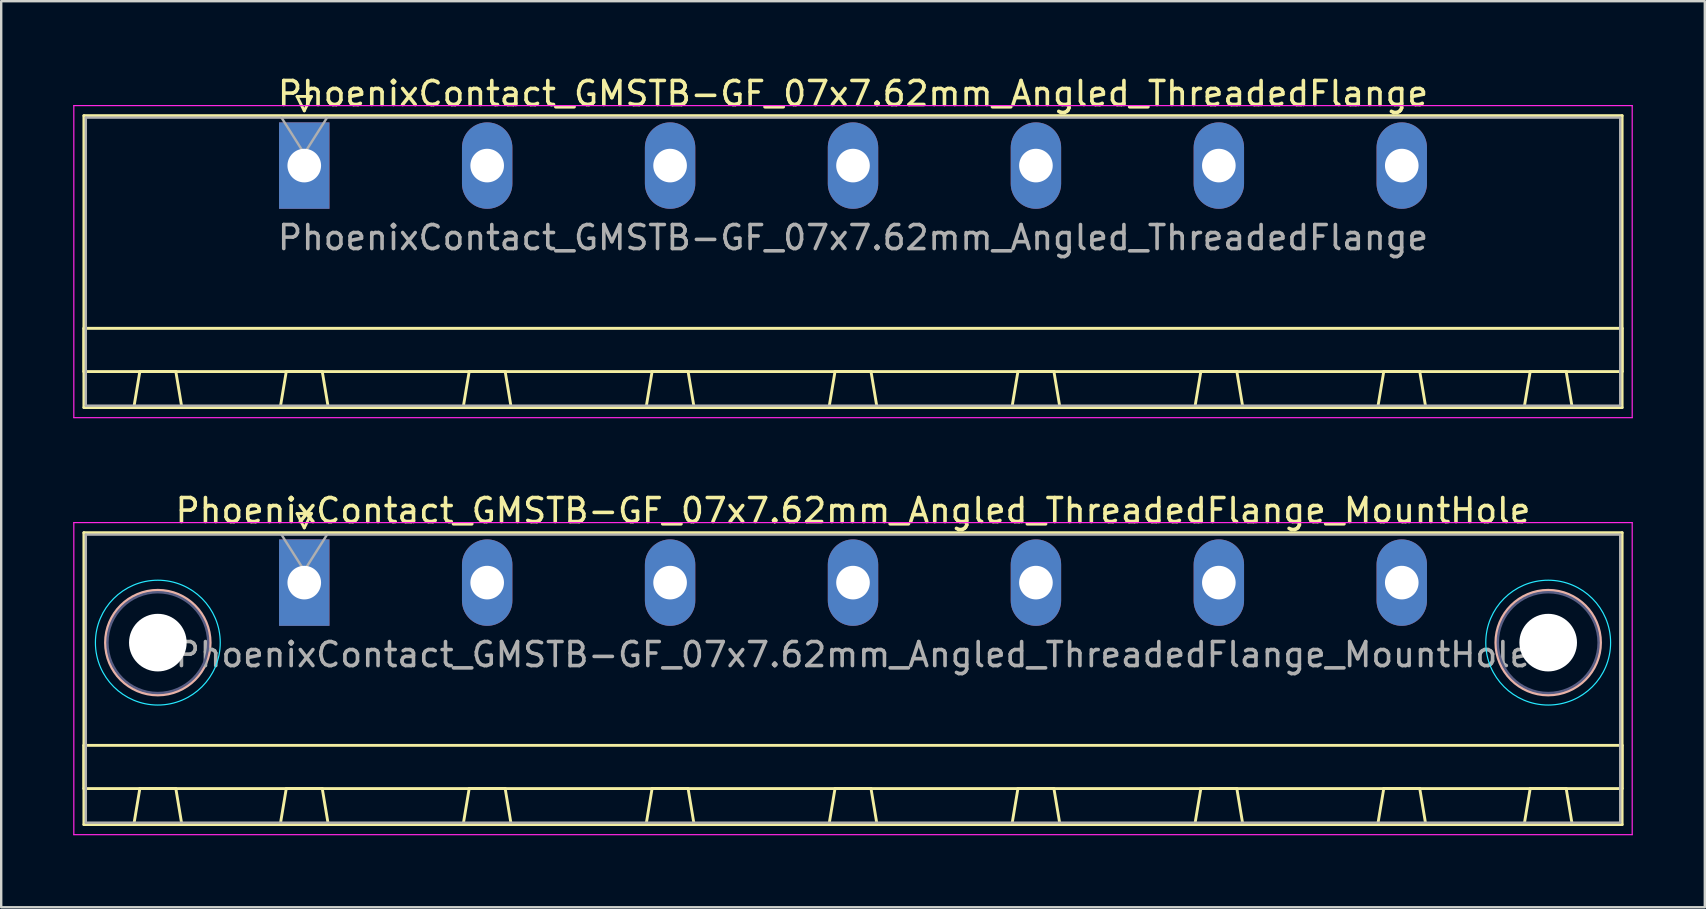
<source format=kicad_pcb>
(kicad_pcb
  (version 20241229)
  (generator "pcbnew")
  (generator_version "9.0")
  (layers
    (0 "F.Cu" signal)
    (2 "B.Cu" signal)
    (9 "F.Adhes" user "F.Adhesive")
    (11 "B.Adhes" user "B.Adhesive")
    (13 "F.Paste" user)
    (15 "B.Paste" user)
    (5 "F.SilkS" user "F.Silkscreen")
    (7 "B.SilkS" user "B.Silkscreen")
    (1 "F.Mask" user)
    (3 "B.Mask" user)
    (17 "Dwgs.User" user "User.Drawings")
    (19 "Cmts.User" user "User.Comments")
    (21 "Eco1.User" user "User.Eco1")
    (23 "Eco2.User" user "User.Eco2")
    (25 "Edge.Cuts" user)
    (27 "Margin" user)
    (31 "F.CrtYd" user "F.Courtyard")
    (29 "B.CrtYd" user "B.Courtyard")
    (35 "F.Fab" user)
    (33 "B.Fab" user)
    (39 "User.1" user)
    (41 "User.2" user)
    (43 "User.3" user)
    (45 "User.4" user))
  (footprint "PhoenixContact_GMSTB-GF_07x7.62mm_Angled_ThreadedFlange_MountHole"
    (layer "F.Cu")
    (at 9.625 21.221)
    (property "Reference" "PhoenixContact_GMSTB-GF_07x7.62mm_Angled_ThreadedFlange_MountHole" (at 22.86 -3 0) (layer "F.SilkS") (effects (font (size 1 1) (thickness 0.15))))
    (attr through_hole)
    (fp_line (start -9.18 -2.08) (end -9.18 10.08) (stroke (width 0.12) (type solid)) (layer "F.SilkS"))
    (fp_line (start -9.18 6.78) (end 54.9 6.78) (stroke (width 0.12) (type solid)) (layer "F.SilkS"))
    (fp_line (start -9.18 8.58) (end -9.18 6.78) (stroke (width 0.12) (type solid)) (layer "F.SilkS"))
    (fp_line (start -9.18 10.08) (end 54.9 10.08) (stroke (width 0.12) (type solid)) (layer "F.SilkS"))
    (fp_line (start -7.1 10.08) (end -5.1 10.08) (stroke (width 0.12) (type solid)) (layer "F.SilkS"))
    (fp_line (start -6.85 8.58) (end -7.1 10.08) (stroke (width 0.12) (type solid)) (layer "F.SilkS"))
    (fp_line (start -5.35 8.58) (end -6.85 8.58) (stroke (width 0.12) (type solid)) (layer "F.SilkS"))
    (fp_line (start -5.1 10.08) (end -5.35 8.58) (stroke (width 0.12) (type solid)) (layer "F.SilkS"))
    (fp_line (start -1 10.08) (end 1 10.08) (stroke (width 0.12) (type solid)) (layer "F.SilkS"))
    (fp_line (start -0.75 8.58) (end -1 10.08) (stroke (width 0.12) (type solid)) (layer "F.SilkS"))
    (fp_line (start -0.3 -2.88) (end 0.3 -2.88) (stroke (width 0.12) (type solid)) (layer "F.SilkS"))
    (fp_line (start 0 -2.28) (end -0.3 -2.88) (stroke (width 0.12) (type solid)) (layer "F.SilkS"))
    (fp_line (start 0.3 -2.88) (end 0 -2.28) (stroke (width 0.12) (type solid)) (layer "F.SilkS"))
    (fp_line (start 0.75 8.58) (end -0.75 8.58) (stroke (width 0.12) (type solid)) (layer "F.SilkS"))
    (fp_line (start 1 10.08) (end 0.75 8.58) (stroke (width 0.12) (type solid)) (layer "F.SilkS"))
    (fp_line (start 6.62 10.08) (end 8.62 10.08) (stroke (width 0.12) (type solid)) (layer "F.SilkS"))
    (fp_line (start 6.87 8.58) (end 6.62 10.08) (stroke (width 0.12) (type solid)) (layer "F.SilkS"))
    (fp_line (start 8.37 8.58) (end 6.87 8.58) (stroke (width 0.12) (type solid)) (layer "F.SilkS"))
    (fp_line (start 8.62 10.08) (end 8.37 8.58) (stroke (width 0.12) (type solid)) (layer "F.SilkS"))
    (fp_line (start 14.24 10.08) (end 16.24 10.08) (stroke (width 0.12) (type solid)) (layer "F.SilkS"))
    (fp_line (start 14.49 8.58) (end 14.24 10.08) (stroke (width 0.12) (type solid)) (layer "F.SilkS"))
    (fp_line (start 15.99 8.58) (end 14.49 8.58) (stroke (width 0.12) (type solid)) (layer "F.SilkS"))
    (fp_line (start 16.24 10.08) (end 15.99 8.58) (stroke (width 0.12) (type solid)) (layer "F.SilkS"))
    (fp_line (start 21.86 10.08) (end 23.86 10.08) (stroke (width 0.12) (type solid)) (layer "F.SilkS"))
    (fp_line (start 22.11 8.58) (end 21.86 10.08) (stroke (width 0.12) (type solid)) (layer "F.SilkS"))
    (fp_line (start 23.61 8.58) (end 22.11 8.58) (stroke (width 0.12) (type solid)) (layer "F.SilkS"))
    (fp_line (start 23.86 10.08) (end 23.61 8.58) (stroke (width 0.12) (type solid)) (layer "F.SilkS"))
    (fp_line (start 29.48 10.08) (end 31.48 10.08) (stroke (width 0.12) (type solid)) (layer "F.SilkS"))
    (fp_line (start 29.73 8.58) (end 29.48 10.08) (stroke (width 0.12) (type solid)) (layer "F.SilkS"))
    (fp_line (start 31.23 8.58) (end 29.73 8.58) (stroke (width 0.12) (type solid)) (layer "F.SilkS"))
    (fp_line (start 31.48 10.08) (end 31.23 8.58) (stroke (width 0.12) (type solid)) (layer "F.SilkS"))
    (fp_line (start 37.1 10.08) (end 39.1 10.08) (stroke (width 0.12) (type solid)) (layer "F.SilkS"))
    (fp_line (start 37.35 8.58) (end 37.1 10.08) (stroke (width 0.12) (type solid)) (layer "F.SilkS"))
    (fp_line (start 38.85 8.58) (end 37.35 8.58) (stroke (width 0.12) (type solid)) (layer "F.SilkS"))
    (fp_line (start 39.1 10.08) (end 38.85 8.58) (stroke (width 0.12) (type solid)) (layer "F.SilkS"))
    (fp_line (start 44.72 10.08) (end 46.72 10.08) (stroke (width 0.12) (type solid)) (layer "F.SilkS"))
    (fp_line (start 44.97 8.58) (end 44.72 10.08) (stroke (width 0.12) (type solid)) (layer "F.SilkS"))
    (fp_line (start 46.47 8.58) (end 44.97 8.58) (stroke (width 0.12) (type solid)) (layer "F.SilkS"))
    (fp_line (start 46.72 10.08) (end 46.47 8.58) (stroke (width 0.12) (type solid)) (layer "F.SilkS"))
    (fp_line (start 50.82 10.08) (end 52.82 10.08) (stroke (width 0.12) (type solid)) (layer "F.SilkS"))
    (fp_line (start 51.07 8.58) (end 50.82 10.08) (stroke (width 0.12) (type solid)) (layer "F.SilkS"))
    (fp_line (start 52.57 8.58) (end 51.07 8.58) (stroke (width 0.12) (type solid)) (layer "F.SilkS"))
    (fp_line (start 52.82 10.08) (end 52.57 8.58) (stroke (width 0.12) (type solid)) (layer "F.SilkS"))
    (fp_line (start 54.9 -2.08) (end -9.18 -2.08) (stroke (width 0.12) (type solid)) (layer "F.SilkS"))
    (fp_line (start 54.9 6.78) (end 54.9 8.58) (stroke (width 0.12) (type solid)) (layer "F.SilkS"))
    (fp_line (start 54.9 8.58) (end -9.18 8.58) (stroke (width 0.12) (type solid)) (layer "F.SilkS"))
    (fp_line (start 54.9 10.08) (end 54.9 -2.08) (stroke (width 0.12) (type solid)) (layer "F.SilkS"))
    (fp_circle (center -6.1 2.5) (end -3.92 2.5) (stroke (width 0.12) (type solid)) (fill no) (layer "B.SilkS"))
    (fp_circle (center 51.82 2.5) (end 54 2.5) (stroke (width 0.12) (type solid)) (fill no) (layer "B.SilkS"))
    (fp_circle (center -6.1 2.5) (end -3.5 2.5) (stroke (width 0.05) (type solid)) (fill no) (layer "B.CrtYd"))
    (fp_circle (center 51.82 2.5) (end 54.42 2.5) (stroke (width 0.05) (type solid)) (fill no) (layer "B.CrtYd"))
    (fp_line (start -9.6 -2.5) (end -9.6 10.5) (stroke (width 0.05) (type solid)) (layer "F.CrtYd"))
    (fp_line (start -9.6 10.5) (end 55.32 10.5) (stroke (width 0.05) (type solid)) (layer "F.CrtYd"))
    (fp_line (start 55.32 -2.5) (end -9.6 -2.5) (stroke (width 0.05) (type solid)) (layer "F.CrtYd"))
    (fp_line (start 55.32 10.5) (end 55.32 -2.5) (stroke (width 0.05) (type solid)) (layer "F.CrtYd"))
    (fp_circle (center -6.1 2.5) (end -4 2.5) (stroke (width 0.1) (type solid)) (fill no) (layer "B.Fab"))
    (fp_circle (center 51.82 2.5) (end 53.92 2.5) (stroke (width 0.1) (type solid)) (fill no) (layer "B.Fab"))
    (fp_line (start -9.1 -2) (end -9.1 10) (stroke (width 0.1) (type solid)) (layer "F.Fab"))
    (fp_line (start -9.1 10) (end 54.82 10) (stroke (width 0.1) (type solid)) (layer "F.Fab"))
    (fp_line (start 0 -0.5) (end -0.95 -2) (stroke (width 0.1) (type solid)) (layer "F.Fab"))
    (fp_line (start 0.95 -2) (end 0 -0.5) (stroke (width 0.1) (type solid)) (layer "F.Fab"))
    (fp_line (start 54.82 -2) (end -9.1 -2) (stroke (width 0.1) (type solid)) (layer "F.Fab"))
    (fp_line (start 54.82 10) (end 54.82 -2) (stroke (width 0.1) (type solid)) (layer "F.Fab"))
    (fp_text user "${REFERENCE}" (at 22.86 3 0) (layer "F.Fab") (effects (font (size 1 1) (thickness 0.15))))
    (pad "" np_thru_hole circle (at -6.1 2.5) (size 2.4 2.4) (drill 2.4) (layers "*.Cu" "*.Mask"))
    (pad "" np_thru_hole circle (at 51.82 2.5) (size 2.4 2.4) (drill 2.4) (layers "*.Cu" "*.Mask"))
    (pad "1" thru_hole rect (at 0 0) (size 2.1 3.6) (drill 1.4) (layers "*.Cu" "*.Mask"))
    (pad "2" thru_hole oval (at 7.62 0) (size 2.1 3.6) (drill 1.4) (layers "*.Cu" "*.Mask"))
    (pad "3" thru_hole oval (at 15.24 0) (size 2.1 3.6) (drill 1.4) (layers "*.Cu" "*.Mask"))
    (pad "4" thru_hole oval (at 22.86 0) (size 2.1 3.6) (drill 1.4) (layers "*.Cu" "*.Mask"))
    (pad "5" thru_hole oval (at 30.48 0) (size 2.1 3.6) (drill 1.4) (layers "*.Cu" "*.Mask"))
    (pad "6" thru_hole oval (at 38.1 0) (size 2.1 3.6) (drill 1.4) (layers "*.Cu" "*.Mask"))
    (pad "7" thru_hole oval (at 45.72 0) (size 2.1 3.6) (drill 1.4) (layers "*.Cu" "*.Mask")))
  (footprint "PhoenixContact_GMSTB-GF_07x7.62mm_Angled_ThreadedFlange"
    (layer "F.Cu")
    (at 9.625 3.848)
    (property "Reference" "PhoenixContact_GMSTB-GF_07x7.62mm_Angled_ThreadedFlange" (at 22.86 -3 0) (layer "F.SilkS") (effects (font (size 1 1) (thickness 0.15))))
    (attr through_hole)
    (fp_line (start -9.18 -2.08) (end -9.18 10.08) (stroke (width 0.12) (type solid)) (layer "F.SilkS"))
    (fp_line (start -9.18 6.78) (end 54.9 6.78) (stroke (width 0.12) (type solid)) (layer "F.SilkS"))
    (fp_line (start -9.18 8.58) (end -9.18 6.78) (stroke (width 0.12) (type solid)) (layer "F.SilkS"))
    (fp_line (start -9.18 10.08) (end 54.9 10.08) (stroke (width 0.12) (type solid)) (layer "F.SilkS"))
    (fp_line (start -7.1 10.08) (end -5.1 10.08) (stroke (width 0.12) (type solid)) (layer "F.SilkS"))
    (fp_line (start -6.85 8.58) (end -7.1 10.08) (stroke (width 0.12) (type solid)) (layer "F.SilkS"))
    (fp_line (start -5.35 8.58) (end -6.85 8.58) (stroke (width 0.12) (type solid)) (layer "F.SilkS"))
    (fp_line (start -5.1 10.08) (end -5.35 8.58) (stroke (width 0.12) (type solid)) (layer "F.SilkS"))
    (fp_line (start -1 10.08) (end 1 10.08) (stroke (width 0.12) (type solid)) (layer "F.SilkS"))
    (fp_line (start -0.75 8.58) (end -1 10.08) (stroke (width 0.12) (type solid)) (layer "F.SilkS"))
    (fp_line (start -0.3 -2.88) (end 0.3 -2.88) (stroke (width 0.12) (type solid)) (layer "F.SilkS"))
    (fp_line (start 0 -2.28) (end -0.3 -2.88) (stroke (width 0.12) (type solid)) (layer "F.SilkS"))
    (fp_line (start 0.3 -2.88) (end 0 -2.28) (stroke (width 0.12) (type solid)) (layer "F.SilkS"))
    (fp_line (start 0.75 8.58) (end -0.75 8.58) (stroke (width 0.12) (type solid)) (layer "F.SilkS"))
    (fp_line (start 1 10.08) (end 0.75 8.58) (stroke (width 0.12) (type solid)) (layer "F.SilkS"))
    (fp_line (start 6.62 10.08) (end 8.62 10.08) (stroke (width 0.12) (type solid)) (layer "F.SilkS"))
    (fp_line (start 6.87 8.58) (end 6.62 10.08) (stroke (width 0.12) (type solid)) (layer "F.SilkS"))
    (fp_line (start 8.37 8.58) (end 6.87 8.58) (stroke (width 0.12) (type solid)) (layer "F.SilkS"))
    (fp_line (start 8.62 10.08) (end 8.37 8.58) (stroke (width 0.12) (type solid)) (layer "F.SilkS"))
    (fp_line (start 14.24 10.08) (end 16.24 10.08) (stroke (width 0.12) (type solid)) (layer "F.SilkS"))
    (fp_line (start 14.49 8.58) (end 14.24 10.08) (stroke (width 0.12) (type solid)) (layer "F.SilkS"))
    (fp_line (start 15.99 8.58) (end 14.49 8.58) (stroke (width 0.12) (type solid)) (layer "F.SilkS"))
    (fp_line (start 16.24 10.08) (end 15.99 8.58) (stroke (width 0.12) (type solid)) (layer "F.SilkS"))
    (fp_line (start 21.86 10.08) (end 23.86 10.08) (stroke (width 0.12) (type solid)) (layer "F.SilkS"))
    (fp_line (start 22.11 8.58) (end 21.86 10.08) (stroke (width 0.12) (type solid)) (layer "F.SilkS"))
    (fp_line (start 23.61 8.58) (end 22.11 8.58) (stroke (width 0.12) (type solid)) (layer "F.SilkS"))
    (fp_line (start 23.86 10.08) (end 23.61 8.58) (stroke (width 0.12) (type solid)) (layer "F.SilkS"))
    (fp_line (start 29.48 10.08) (end 31.48 10.08) (stroke (width 0.12) (type solid)) (layer "F.SilkS"))
    (fp_line (start 29.73 8.58) (end 29.48 10.08) (stroke (width 0.12) (type solid)) (layer "F.SilkS"))
    (fp_line (start 31.23 8.58) (end 29.73 8.58) (stroke (width 0.12) (type solid)) (layer "F.SilkS"))
    (fp_line (start 31.48 10.08) (end 31.23 8.58) (stroke (width 0.12) (type solid)) (layer "F.SilkS"))
    (fp_line (start 37.1 10.08) (end 39.1 10.08) (stroke (width 0.12) (type solid)) (layer "F.SilkS"))
    (fp_line (start 37.35 8.58) (end 37.1 10.08) (stroke (width 0.12) (type solid)) (layer "F.SilkS"))
    (fp_line (start 38.85 8.58) (end 37.35 8.58) (stroke (width 0.12) (type solid)) (layer "F.SilkS"))
    (fp_line (start 39.1 10.08) (end 38.85 8.58) (stroke (width 0.12) (type solid)) (layer "F.SilkS"))
    (fp_line (start 44.72 10.08) (end 46.72 10.08) (stroke (width 0.12) (type solid)) (layer "F.SilkS"))
    (fp_line (start 44.97 8.58) (end 44.72 10.08) (stroke (width 0.12) (type solid)) (layer "F.SilkS"))
    (fp_line (start 46.47 8.58) (end 44.97 8.58) (stroke (width 0.12) (type solid)) (layer "F.SilkS"))
    (fp_line (start 46.72 10.08) (end 46.47 8.58) (stroke (width 0.12) (type solid)) (layer "F.SilkS"))
    (fp_line (start 50.82 10.08) (end 52.82 10.08) (stroke (width 0.12) (type solid)) (layer "F.SilkS"))
    (fp_line (start 51.07 8.58) (end 50.82 10.08) (stroke (width 0.12) (type solid)) (layer "F.SilkS"))
    (fp_line (start 52.57 8.58) (end 51.07 8.58) (stroke (width 0.12) (type solid)) (layer "F.SilkS"))
    (fp_line (start 52.82 10.08) (end 52.57 8.58) (stroke (width 0.12) (type solid)) (layer "F.SilkS"))
    (fp_line (start 54.9 -2.08) (end -9.18 -2.08) (stroke (width 0.12) (type solid)) (layer "F.SilkS"))
    (fp_line (start 54.9 6.78) (end 54.9 8.58) (stroke (width 0.12) (type solid)) (layer "F.SilkS"))
    (fp_line (start 54.9 8.58) (end -9.18 8.58) (stroke (width 0.12) (type solid)) (layer "F.SilkS"))
    (fp_line (start 54.9 10.08) (end 54.9 -2.08) (stroke (width 0.12) (type solid)) (layer "F.SilkS"))
    (fp_line (start -9.6 -2.5) (end -9.6 10.5) (stroke (width 0.05) (type solid)) (layer "F.CrtYd"))
    (fp_line (start -9.6 10.5) (end 55.32 10.5) (stroke (width 0.05) (type solid)) (layer "F.CrtYd"))
    (fp_line (start 55.32 -2.5) (end -9.6 -2.5) (stroke (width 0.05) (type solid)) (layer "F.CrtYd"))
    (fp_line (start 55.32 10.5) (end 55.32 -2.5) (stroke (width 0.05) (type solid)) (layer "F.CrtYd"))
    (fp_line (start -9.1 -2) (end -9.1 10) (stroke (width 0.1) (type solid)) (layer "F.Fab"))
    (fp_line (start -9.1 10) (end 54.82 10) (stroke (width 0.1) (type solid)) (layer "F.Fab"))
    (fp_line (start 0 -0.5) (end -0.95 -2) (stroke (width 0.1) (type solid)) (layer "F.Fab"))
    (fp_line (start 0.95 -2) (end 0 -0.5) (stroke (width 0.1) (type solid)) (layer "F.Fab"))
    (fp_line (start 54.82 -2) (end -9.1 -2) (stroke (width 0.1) (type solid)) (layer "F.Fab"))
    (fp_line (start 54.82 10) (end 54.82 -2) (stroke (width 0.1) (type solid)) (layer "F.Fab"))
    (fp_text user "${REFERENCE}" (at 22.86 3 0) (layer "F.Fab") (effects (font (size 1 1) (thickness 0.15))))
    (pad "1" thru_hole rect (at 0 0) (size 2.1 3.6) (drill 1.4) (layers "*.Cu" "*.Mask"))
    (pad "2" thru_hole oval (at 7.62 0) (size 2.1 3.6) (drill 1.4) (layers "*.Cu" "*.Mask"))
    (pad "3" thru_hole oval (at 15.24 0) (size 2.1 3.6) (drill 1.4) (layers "*.Cu" "*.Mask"))
    (pad "4" thru_hole oval (at 22.86 0) (size 2.1 3.6) (drill 1.4) (layers "*.Cu" "*.Mask"))
    (pad "5" thru_hole oval (at 30.48 0) (size 2.1 3.6) (drill 1.4) (layers "*.Cu" "*.Mask"))
    (pad "6" thru_hole oval (at 38.1 0) (size 2.1 3.6) (drill 1.4) (layers "*.Cu" "*.Mask"))
    (pad "7" thru_hole oval (at 45.72 0) (size 2.1 3.6) (drill 1.4) (layers "*.Cu" "*.Mask")))
  (gr_rect
    (start -3 -3)
    (end 67.97 34.746)
    (stroke (width 0.1) (type default))
    (fill no)
    (layer "Edge.Cuts")))
</source>
